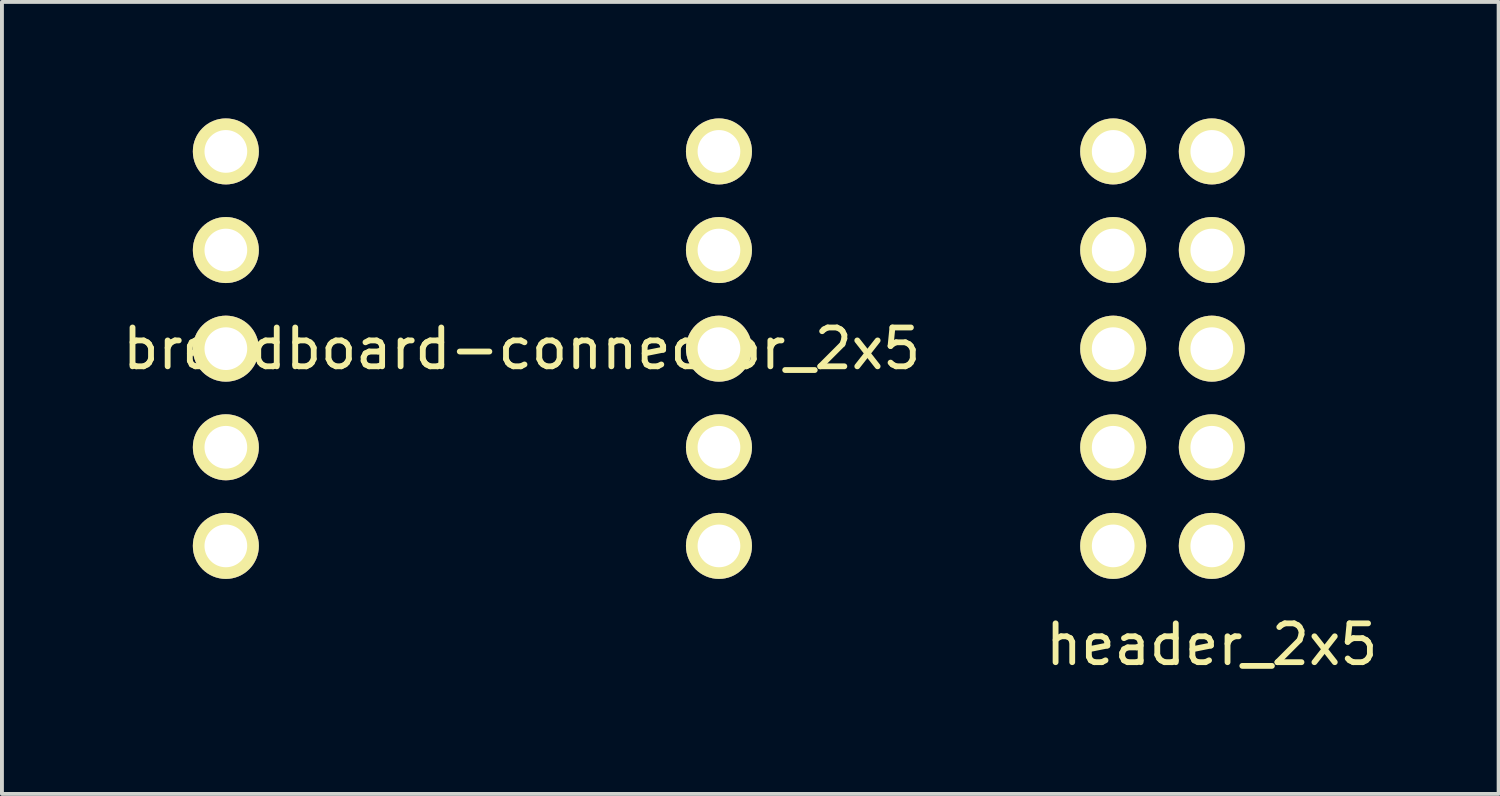
<source format=kicad_pcb>
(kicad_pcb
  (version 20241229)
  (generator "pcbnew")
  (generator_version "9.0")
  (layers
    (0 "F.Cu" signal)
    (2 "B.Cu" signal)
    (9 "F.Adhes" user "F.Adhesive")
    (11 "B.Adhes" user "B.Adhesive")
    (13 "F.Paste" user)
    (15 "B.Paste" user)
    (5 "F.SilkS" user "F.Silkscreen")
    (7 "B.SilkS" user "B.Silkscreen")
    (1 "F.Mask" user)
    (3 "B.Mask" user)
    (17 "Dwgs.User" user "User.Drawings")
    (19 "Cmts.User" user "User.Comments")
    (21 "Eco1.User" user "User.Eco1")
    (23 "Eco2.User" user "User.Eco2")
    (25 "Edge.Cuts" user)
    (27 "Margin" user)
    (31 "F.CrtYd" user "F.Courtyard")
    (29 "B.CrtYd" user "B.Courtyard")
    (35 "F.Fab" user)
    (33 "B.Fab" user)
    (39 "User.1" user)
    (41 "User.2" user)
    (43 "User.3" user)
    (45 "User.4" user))
  (footprint "header_2x5"
    (layer "F.Cu")
    (at 25.621 0.85)
    (property "Reference" "header_2x5" (at 2.54 12.7 0) (layer "F.SilkS") (effects (font (size 1 1) (thickness 0.15))))
    (attr through_hole)
    (pad "1" thru_hole circle (at 0 0) (size 1.7 1.7) (drill 1.1) (layers "*.Cu" "*.Mask" "F.SilkS"))
    (pad "2" thru_hole circle (at 2.54 0) (size 1.7 1.7) (drill 1.1) (layers "*.Cu" "*.Mask" "F.SilkS"))
    (pad "3" thru_hole circle (at 0 2.54) (size 1.7 1.7) (drill 1.1) (layers "*.Cu" "*.Mask" "F.SilkS"))
    (pad "4" thru_hole circle (at 2.54 2.54) (size 1.7 1.7) (drill 1.1) (layers "*.Cu" "*.Mask" "F.SilkS"))
    (pad "5" thru_hole circle (at 0 5.08) (size 1.7 1.7) (drill 1.1) (layers "*.Cu" "*.Mask" "F.SilkS"))
    (pad "6" thru_hole circle (at 2.54 5.08) (size 1.7 1.7) (drill 1.1) (layers "*.Cu" "*.Mask" "F.SilkS"))
    (pad "7" thru_hole circle (at 0 7.62) (size 1.7 1.7) (drill 1.1) (layers "*.Cu" "*.Mask" "F.SilkS"))
    (pad "8" thru_hole circle (at 2.54 7.62) (size 1.7 1.7) (drill 1.1) (layers "*.Cu" "*.Mask" "F.SilkS"))
    (pad "9" thru_hole circle (at 0 10.16) (size 1.7 1.7) (drill 1.1) (layers "*.Cu" "*.Mask" "F.SilkS"))
    (pad "10" thru_hole circle (at 2.54 10.16) (size 1.7 1.7) (drill 1.1) (layers "*.Cu" "*.Mask" "F.SilkS")))
  (footprint "breadboard-connector_2x5"
    (layer "F.Cu")
    (at 2.767 0.85)
    (property "Reference" "breadboard-connector_2x5" (at 7.62 5.08 0) (layer "F.SilkS") (effects (font (size 1 1) (thickness 0.15))))
    (attr through_hole)
    (pad "1" thru_hole circle (at 0 0) (size 1.7 1.7) (drill 1.1) (layers "*.Cu" "*.Mask" "F.SilkS"))
    (pad "2" thru_hole circle (at 12.7 0) (size 1.7 1.7) (drill 1.1) (layers "*.Cu" "*.Mask" "F.SilkS"))
    (pad "3" thru_hole circle (at 0 2.54) (size 1.7 1.7) (drill 1.1) (layers "*.Cu" "*.Mask" "F.SilkS"))
    (pad "4" thru_hole circle (at 12.7 2.54) (size 1.7 1.7) (drill 1.1) (layers "*.Cu" "*.Mask" "F.SilkS"))
    (pad "5" thru_hole circle (at 0 5.08) (size 1.7 1.7) (drill 1.1) (layers "*.Cu" "*.Mask" "F.SilkS"))
    (pad "6" thru_hole circle (at 12.7 5.08) (size 1.7 1.7) (drill 1.1) (layers "*.Cu" "*.Mask" "F.SilkS"))
    (pad "7" thru_hole circle (at 0 7.62) (size 1.7 1.7) (drill 1.1) (layers "*.Cu" "*.Mask" "F.SilkS"))
    (pad "8" thru_hole circle (at 12.7 7.62) (size 1.7 1.7) (drill 1.1) (layers "*.Cu" "*.Mask" "F.SilkS"))
    (pad "9" thru_hole circle (at 0 10.16) (size 1.7 1.7) (drill 1.1) (layers "*.Cu" "*.Mask" "F.SilkS"))
    (pad "10" thru_hole circle (at 12.7 10.16) (size 1.7 1.7) (drill 1.1) (layers "*.Cu" "*.Mask" "F.SilkS")))
  (gr_rect
    (start -3 -3)
    (end 35.548 17.398)
    (stroke (width 0.1) (type default))
    (fill no)
    (layer "Edge.Cuts")))
</source>
